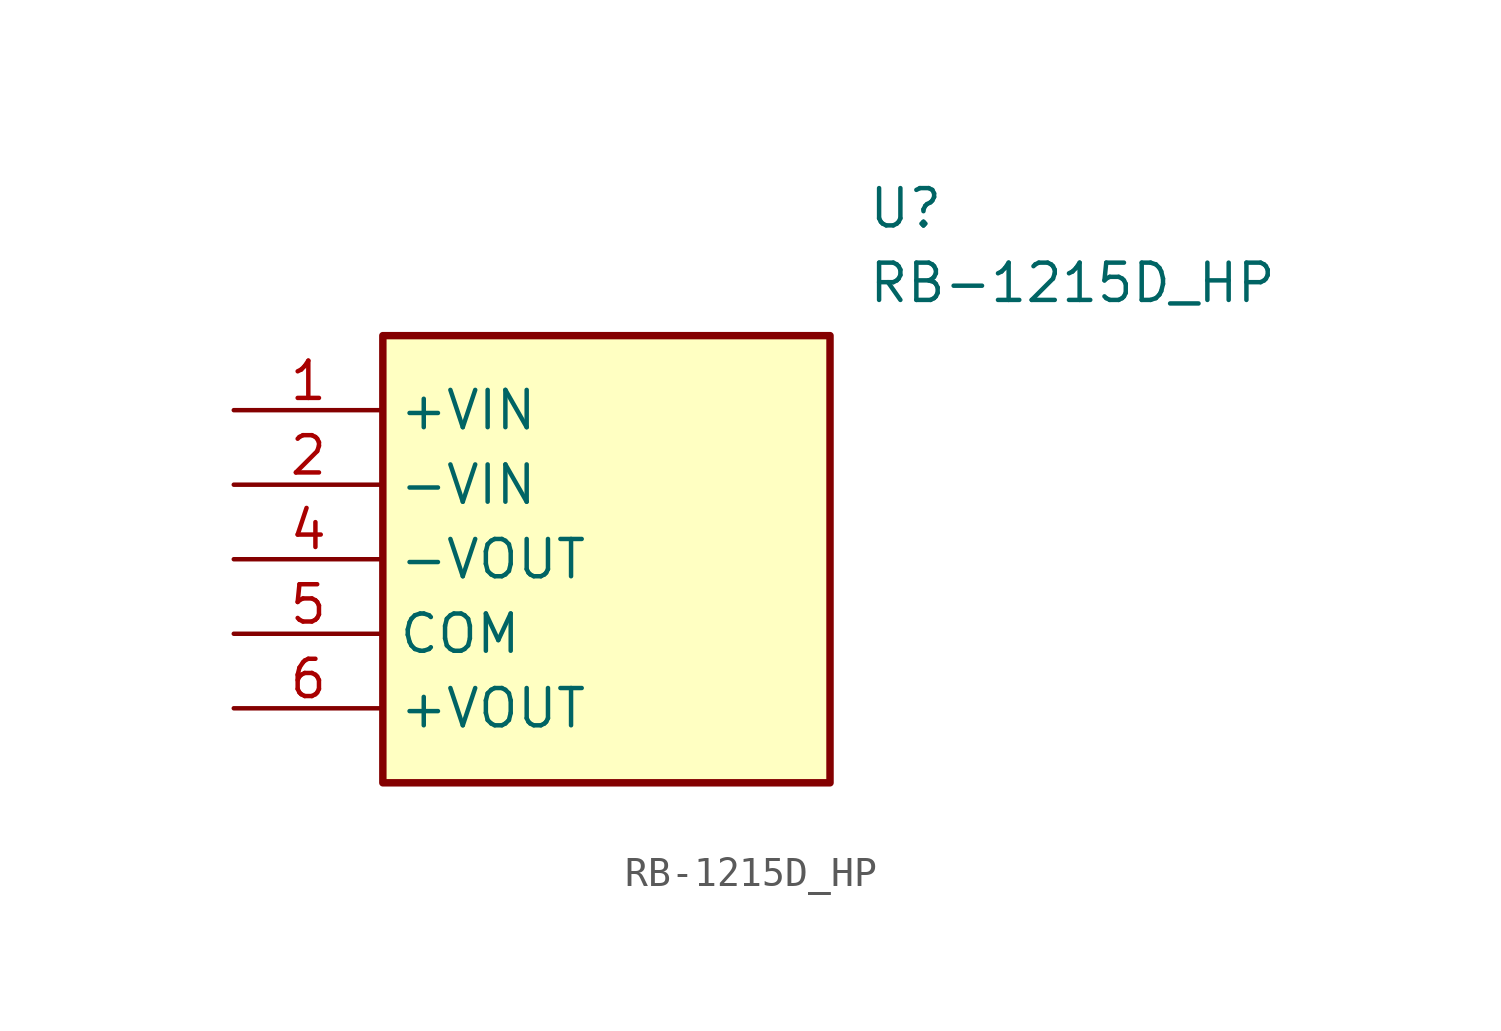
<source format=kicad_sym>
(kicad_symbol_lib
  (version 20211014)
  (generator SamacSys_ECAD_Model)
  (symbol "RB-1215D_HP"
    (property "Reference" "U"
      (at 21.59 7.62 0)
      (effects (font (size 1.27 1.27)) (justify left top)))
    (property "Value" "RB-1215D_HP"
      (at 21.59 5.08 0)
      (effects (font (size 1.27 1.27)) (justify left top)))
    (rectangle
      (start 5.08 2.54)
      (end 20.32 -12.7)
      (stroke (width 0.254) (type default))
      (fill (type background)))
    (pin passive line
      (at 0 0 0)
      (length 5.08)
      (name "+VIN" (effects (font (size 1.27 1.27))))
      (number "1" (effects (font (size 1.27 1.27)))))
    (pin passive line
      (at 0 -2.54 0)
      (length 5.08)
      (name "-VIN" (effects (font (size 1.27 1.27))))
      (number "2" (effects (font (size 1.27 1.27)))))
    (pin passive line
      (at 0 -5.08 0)
      (length 5.08)
      (name "-VOUT" (effects (font (size 1.27 1.27))))
      (number "4" (effects (font (size 1.27 1.27)))))
    (pin passive line
      (at 0 -7.62 0)
      (length 5.08)
      (name "COM" (effects (font (size 1.27 1.27))))
      (number "5" (effects (font (size 1.27 1.27)))))
    (pin passive line
      (at 0 -10.16 0)
      (length 5.08)
      (name "+VOUT" (effects (font (size 1.27 1.27))))
      (number "6" (effects (font (size 1.27 1.27)))))))
</source>
